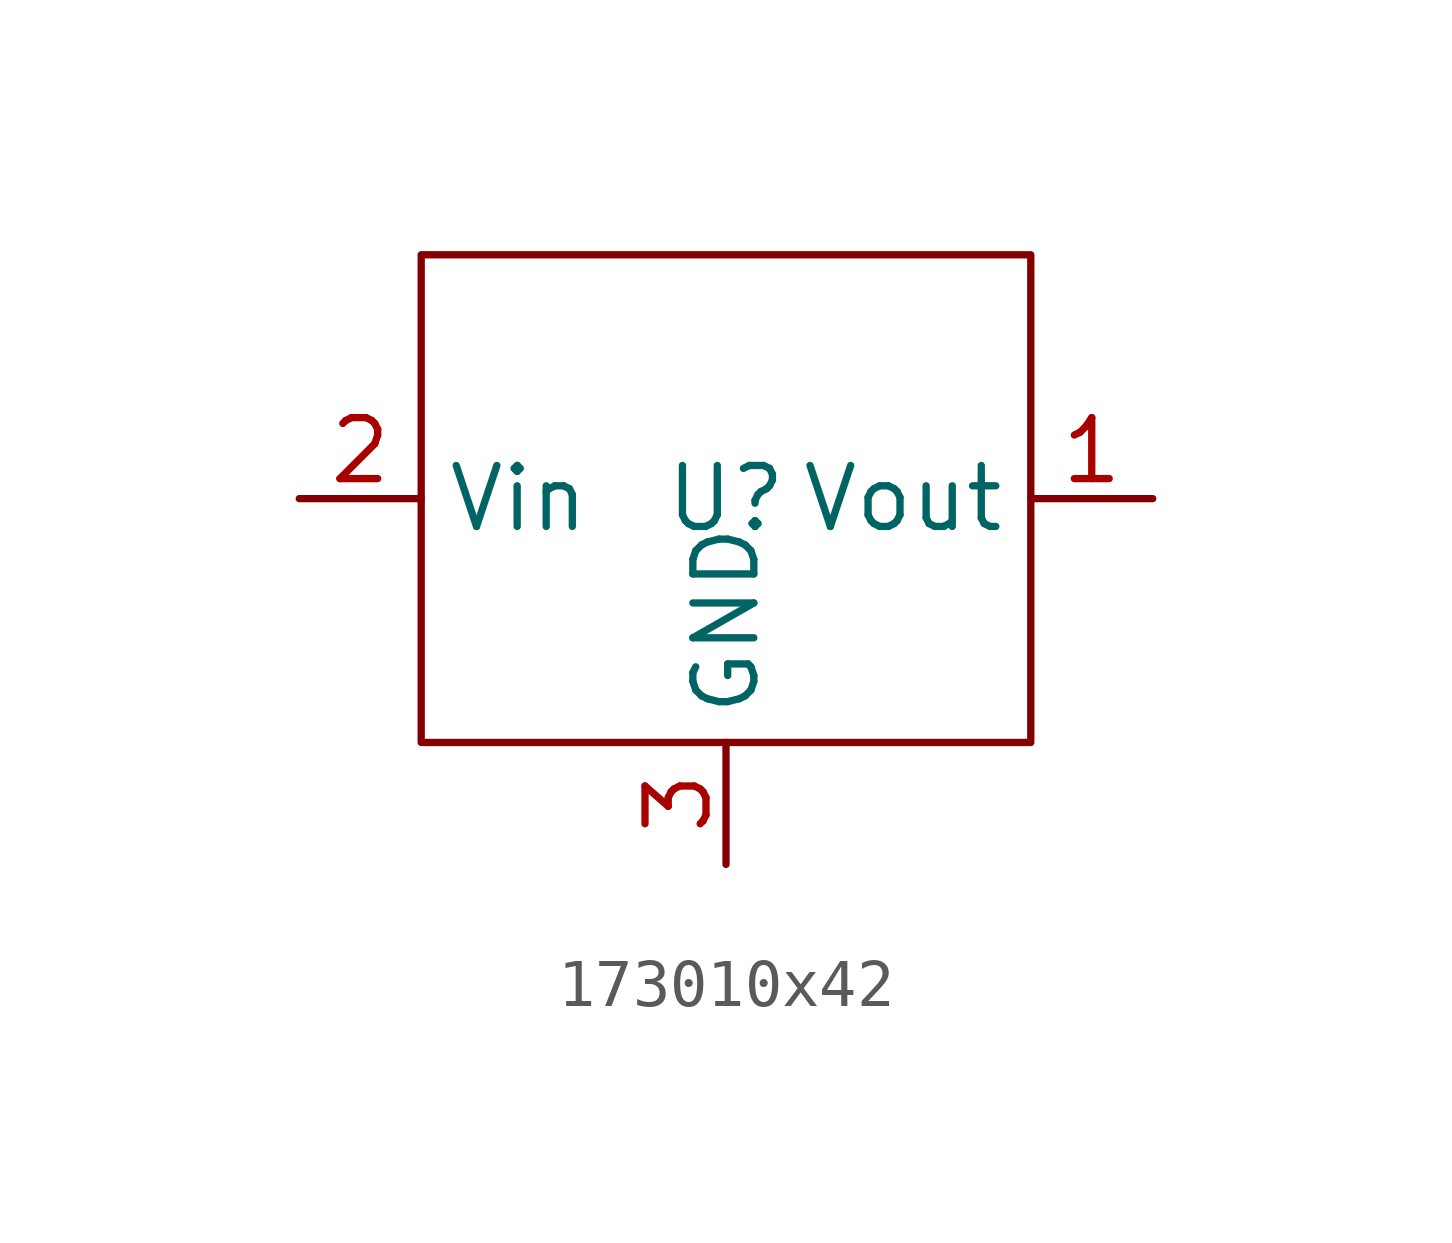
<source format=kicad_sym>
(kicad_symbol_lib
  (version 20231120)
  (generator "kicad_symbol_editor")
  (generator_version "8.0")
  (symbol "173010x42"
    (property "Reference" "U"
      (at 0 0 0)
      (effects (font (size 1.27 1.27))))
    (property "Value" ""
      (at 0 0 0)
      (effects (font (size 1.27 1.27))))
    (symbol "173010x42_0_1"
      (polyline (pts (xy -6.35 5.08) (xy -6.35 -5.08) (xy 6.35 -5.08) (xy 6.35 5.08) (xy -6.35 5.08)) (stroke (width 0) (type default)) (fill (type none))))
    (symbol "173010x42_1_1"
      (pin output line (at 8.89 0 180) (length 2.54) (name "Vout" (effects (font (size 1.27 1.27)))) (number "1" (effects (font (size 1.27 1.27)))))
      (pin input line (at -8.89 0 0) (length 2.54) (name "Vin" (effects (font (size 1.27 1.27)))) (number "2" (effects (font (size 1.27 1.27)))))
      (pin passive line (at 0 -7.62 90) (length 2.54) (name "GND" (effects (font (size 1.27 1.27)))) (number "3" (effects (font (size 1.27 1.27))))))))
</source>
